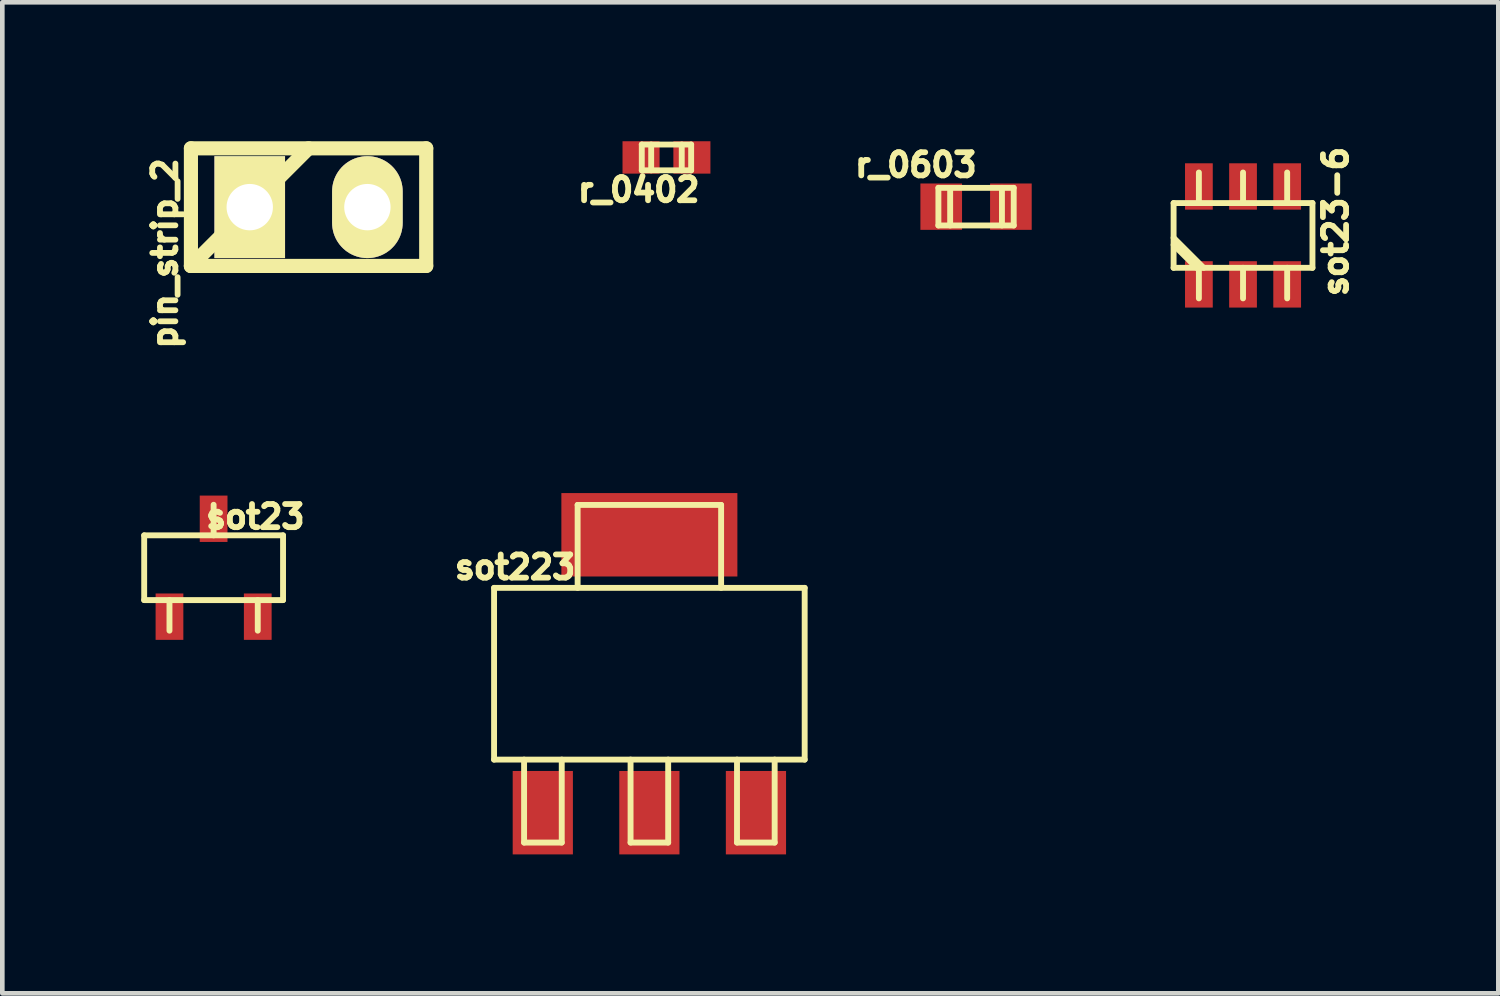
<source format=kicad_pcb>
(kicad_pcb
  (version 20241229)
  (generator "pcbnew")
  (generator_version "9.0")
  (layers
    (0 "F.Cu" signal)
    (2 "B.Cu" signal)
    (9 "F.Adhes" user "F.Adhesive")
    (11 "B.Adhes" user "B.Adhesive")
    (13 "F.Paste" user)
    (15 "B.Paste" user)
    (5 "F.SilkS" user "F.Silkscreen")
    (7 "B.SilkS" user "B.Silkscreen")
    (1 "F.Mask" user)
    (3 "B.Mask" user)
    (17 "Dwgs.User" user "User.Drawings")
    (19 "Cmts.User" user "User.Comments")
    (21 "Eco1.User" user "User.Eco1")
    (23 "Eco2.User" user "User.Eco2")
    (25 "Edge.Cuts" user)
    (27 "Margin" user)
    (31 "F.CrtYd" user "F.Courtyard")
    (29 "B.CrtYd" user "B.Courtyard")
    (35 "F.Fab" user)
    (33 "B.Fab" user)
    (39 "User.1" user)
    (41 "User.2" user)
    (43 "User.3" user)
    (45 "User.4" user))
  (footprint "sot23-6"
    (layer "F.Cu")
    (at 23.787 2.033)
    (property "Reference" "sot23-6" (at 2 -0.3 90) (layer "F.SilkS") (effects (font (size 0.5 0.5) (thickness 0.125))))
    (attr through_hole)
    (fp_line (start -1.499 -0.699) (end 1.499 -0.699) (stroke (width 0.127) (type solid)) (layer "F.SilkS"))
    (fp_line (start -1.499 0.699) (end -1.499 -0.699) (stroke (width 0.127) (type solid)) (layer "F.SilkS"))
    (fp_line (start -1.003 0.699) (end -1.499 0.203) (stroke (width 0.127) (type solid)) (layer "F.SilkS"))
    (fp_line (start -0.953 -0.699) (end -0.953 -1.359) (stroke (width 0.127) (type solid)) (layer "F.SilkS"))
    (fp_line (start -0.953 0.699) (end -0.953 1.359) (stroke (width 0.127) (type solid)) (layer "F.SilkS"))
    (fp_line (start -0.851 0.699) (end -1.499 0.051) (stroke (width 0.127) (type solid)) (layer "F.SilkS"))
    (fp_line (start 0 -0.699) (end 0 -1.359) (stroke (width 0.127) (type solid)) (layer "F.SilkS"))
    (fp_line (start 0 0.699) (end 0 1.359) (stroke (width 0.127) (type solid)) (layer "F.SilkS"))
    (fp_line (start 0.953 -0.699) (end 0.953 -1.359) (stroke (width 0.127) (type solid)) (layer "F.SilkS"))
    (fp_line (start 0.953 0.699) (end 0.953 1.359) (stroke (width 0.127) (type solid)) (layer "F.SilkS"))
    (fp_line (start 1.499 -0.699) (end 1.499 0.699) (stroke (width 0.127) (type solid)) (layer "F.SilkS"))
    (fp_line (start 1.499 0.699) (end -1.499 0.699) (stroke (width 0.127) (type solid)) (layer "F.SilkS"))
    (pad "1" smd rect (at -0.953 1.057) (size 0.599 1.001) (layers "F.Cu" "F.Mask" "F.Paste"))
    (pad "2" smd rect (at 0 1.057) (size 0.599 1.001) (layers "F.Cu" "F.Mask" "F.Paste"))
    (pad "3" smd rect (at 0.953 1.057) (size 0.599 1.001) (layers "F.Cu" "F.Mask" "F.Paste"))
    (pad "4" smd rect (at 0.953 -1.057) (size 0.599 1.001) (layers "F.Cu" "F.Mask" "F.Paste"))
    (pad "5" smd rect (at 0 -1.057) (size 0.599 1.001) (layers "F.Cu" "F.Mask" "F.Paste"))
    (pad "6" smd rect (at -0.953 -1.057) (size 0.599 1.001) (layers "F.Cu" "F.Mask" "F.Paste")))
  (footprint "r_0402"
    (layer "F.Cu")
    (at 11.339 0.349)
    (property "Reference" "r_0402" (at -0.6 0.7 0) (layer "F.SilkS") (effects (font (size 0.5 0.5) (thickness 0.125))))
    (attr through_hole)
    (fp_line (start -0.533 -0.279) (end -0.533 0.279) (stroke (width 0.127) (type solid)) (layer "F.SilkS"))
    (fp_line (start -0.533 0.279) (end 0.533 0.279) (stroke (width 0.127) (type solid)) (layer "F.SilkS"))
    (fp_line (start -0.33 -0.279) (end -0.33 0.279) (stroke (width 0.127) (type solid)) (layer "F.SilkS"))
    (fp_line (start 0.33 -0.279) (end 0.33 0.279) (stroke (width 0.127) (type solid)) (layer "F.SilkS"))
    (fp_line (start 0.533 -0.279) (end -0.533 -0.279) (stroke (width 0.127) (type solid)) (layer "F.SilkS"))
    (fp_line (start 0.533 0.279) (end 0.533 -0.279) (stroke (width 0.127) (type solid)) (layer "F.SilkS"))
    (pad "1" smd rect (at 0.549 0) (size 0.8 0.699) (layers "F.Cu" "F.Mask" "F.Paste"))
    (pad "2" smd rect (at -0.549 0) (size 0.8 0.699) (layers "F.Cu" "F.Mask" "F.Paste")))
  (footprint "sot23"
    (layer "F.Cu")
    (at 1.562 9.207)
    (property "Reference" "sot23" (at 0.9 -1.1 0) (layer "F.SilkS") (effects (font (size 0.5 0.5) (thickness 0.125))))
    (attr through_hole)
    (fp_line (start -1.499 -0.699) (end 1.499 -0.699) (stroke (width 0.127) (type solid)) (layer "F.SilkS"))
    (fp_line (start -1.499 0.699) (end -1.499 -0.699) (stroke (width 0.127) (type solid)) (layer "F.SilkS"))
    (fp_line (start -0.953 0.699) (end -0.953 1.359) (stroke (width 0.127) (type solid)) (layer "F.SilkS"))
    (fp_line (start 0 -0.699) (end 0 -1.359) (stroke (width 0.127) (type solid)) (layer "F.SilkS"))
    (fp_line (start 0.953 0.699) (end 0.953 1.359) (stroke (width 0.127) (type solid)) (layer "F.SilkS"))
    (fp_line (start 1.499 -0.699) (end 1.499 0.699) (stroke (width 0.127) (type solid)) (layer "F.SilkS"))
    (fp_line (start 1.499 0.699) (end -1.499 0.699) (stroke (width 0.127) (type solid)) (layer "F.SilkS"))
    (pad "1" smd rect (at -0.953 1.057) (size 0.599 1.001) (layers "F.Cu" "F.Mask" "F.Paste"))
    (pad "2" smd rect (at 0 -1.057) (size 0.599 1.001) (layers "F.Cu" "F.Mask" "F.Paste"))
    (pad "3" smd rect (at 0.953 1.057) (size 0.599 1.001) (layers "F.Cu" "F.Mask" "F.Paste")))
  (footprint "sot223"
    (layer "F.Cu")
    (at 10.97 11.496)
    (property "Reference" "sot223" (at -2.9 -2.3 0) (layer "F.SilkS") (effects (font (size 0.5 0.5) (thickness 0.125))))
    (attr through_hole)
    (fp_line (start -3.353 -1.854) (end 3.353 -1.854) (stroke (width 0.127) (type solid)) (layer "F.SilkS"))
    (fp_line (start -3.353 1.854) (end -3.353 -1.854) (stroke (width 0.127) (type solid)) (layer "F.SilkS"))
    (fp_line (start -2.705 3.645) (end -2.705 1.854) (stroke (width 0.127) (type solid)) (layer "F.SilkS"))
    (fp_line (start -2.705 3.645) (end -1.892 3.645) (stroke (width 0.127) (type solid)) (layer "F.SilkS"))
    (fp_line (start -1.892 3.645) (end -1.892 1.854) (stroke (width 0.127) (type solid)) (layer "F.SilkS"))
    (fp_line (start -1.549 -3.645) (end -1.549 -1.854) (stroke (width 0.127) (type solid)) (layer "F.SilkS"))
    (fp_line (start -1.549 -3.645) (end 1.549 -3.645) (stroke (width 0.127) (type solid)) (layer "F.SilkS"))
    (fp_line (start -0.406 3.645) (end -0.406 1.854) (stroke (width 0.127) (type solid)) (layer "F.SilkS"))
    (fp_line (start -0.406 3.645) (end 0.406 3.645) (stroke (width 0.127) (type solid)) (layer "F.SilkS"))
    (fp_line (start 0.406 3.645) (end 0.406 1.854) (stroke (width 0.127) (type solid)) (layer "F.SilkS"))
    (fp_line (start 1.549 -3.645) (end 1.549 -1.854) (stroke (width 0.127) (type solid)) (layer "F.SilkS"))
    (fp_line (start 1.892 3.645) (end 1.892 1.854) (stroke (width 0.127) (type solid)) (layer "F.SilkS"))
    (fp_line (start 1.892 3.645) (end 2.705 3.645) (stroke (width 0.127) (type solid)) (layer "F.SilkS"))
    (fp_line (start 2.705 3.645) (end 2.705 1.854) (stroke (width 0.127) (type solid)) (layer "F.SilkS"))
    (fp_line (start 3.353 -1.854) (end 3.353 1.854) (stroke (width 0.127) (type solid)) (layer "F.SilkS"))
    (fp_line (start 3.353 1.854) (end -3.353 1.854) (stroke (width 0.127) (type solid)) (layer "F.SilkS"))
    (pad "1" smd rect (at -2.301 3) (size 1.3 1.801) (layers "F.Cu" "F.Mask" "F.Paste"))
    (pad "2" smd rect (at 0 3) (size 1.3 1.801) (layers "F.Cu" "F.Mask" "F.Paste"))
    (pad "3" smd rect (at 2.301 3) (size 1.3 1.801) (layers "F.Cu" "F.Mask" "F.Paste"))
    (pad "4" smd rect (at 0 -3) (size 3.8 1.801) (layers "F.Cu" "F.Mask" "F.Paste")))
  (footprint "r_0603"
    (layer "F.Cu")
    (at 18.023 1.412)
    (property "Reference" "r_0603" (at -1.3 -0.9 0) (layer "F.SilkS") (effects (font (size 0.5 0.5) (thickness 0.125))))
    (attr through_hole)
    (fp_line (start -0.813 -0.406) (end 0.813 -0.406) (stroke (width 0.127) (type solid)) (layer "F.SilkS"))
    (fp_line (start -0.813 0.406) (end -0.813 -0.406) (stroke (width 0.127) (type solid)) (layer "F.SilkS"))
    (fp_line (start -0.559 -0.381) (end -0.559 0.406) (stroke (width 0.127) (type solid)) (layer "F.SilkS"))
    (fp_line (start 0.559 0.406) (end 0.559 -0.406) (stroke (width 0.127) (type solid)) (layer "F.SilkS"))
    (fp_line (start 0.813 -0.406) (end 0.813 0.406) (stroke (width 0.127) (type solid)) (layer "F.SilkS"))
    (fp_line (start 0.813 0.406) (end -0.813 0.406) (stroke (width 0.127) (type solid)) (layer "F.SilkS"))
    (pad "1" smd rect (at 0.752 0) (size 0.899 1.001) (layers "F.Cu" "F.Mask" "F.Paste"))
    (pad "2" smd rect (at -0.752 0) (size 0.899 1.001) (layers "F.Cu" "F.Mask" "F.Paste")))
  (footprint "pin_strip_2"
    (layer "F.Cu")
    (at 3.612 1.422)
    (property "Reference" "pin_strip_2" (at -3.1 1 90) (layer "F.SilkS") (effects (font (size 0.5 0.5) (thickness 0.125))))
    (attr through_hole)
    (fp_line (start -2.54 -1.27) (end 2.54 -1.27) (stroke (width 0.305) (type solid)) (layer "F.SilkS"))
    (fp_line (start -2.54 1.27) (end -2.54 -1.27) (stroke (width 0.305) (type solid)) (layer "F.SilkS"))
    (fp_line (start -2.54 1.27) (end 0 -1.27) (stroke (width 0.305) (type solid)) (layer "F.SilkS"))
    (fp_line (start 2.54 -1.27) (end 2.54 1.27) (stroke (width 0.305) (type solid)) (layer "F.SilkS"))
    (fp_line (start 2.54 1.27) (end -2.54 1.27) (stroke (width 0.305) (type solid)) (layer "F.SilkS"))
    (pad "1" thru_hole rect (at -1.27 0) (size 1.524 2.2) (drill 1.001) (layers "*.Cu" "*.Mask" "F.SilkS"))
    (pad "2" thru_hole oval (at 1.27 0) (size 1.524 2.2) (drill 1.001) (layers "*.Cu" "*.Mask" "F.SilkS")))
  (gr_rect
    (start -3 -3)
    (end 29.299 18.396)
    (stroke (width 0.1) (type default))
    (fill no)
    (layer "Edge.Cuts")))
</source>
